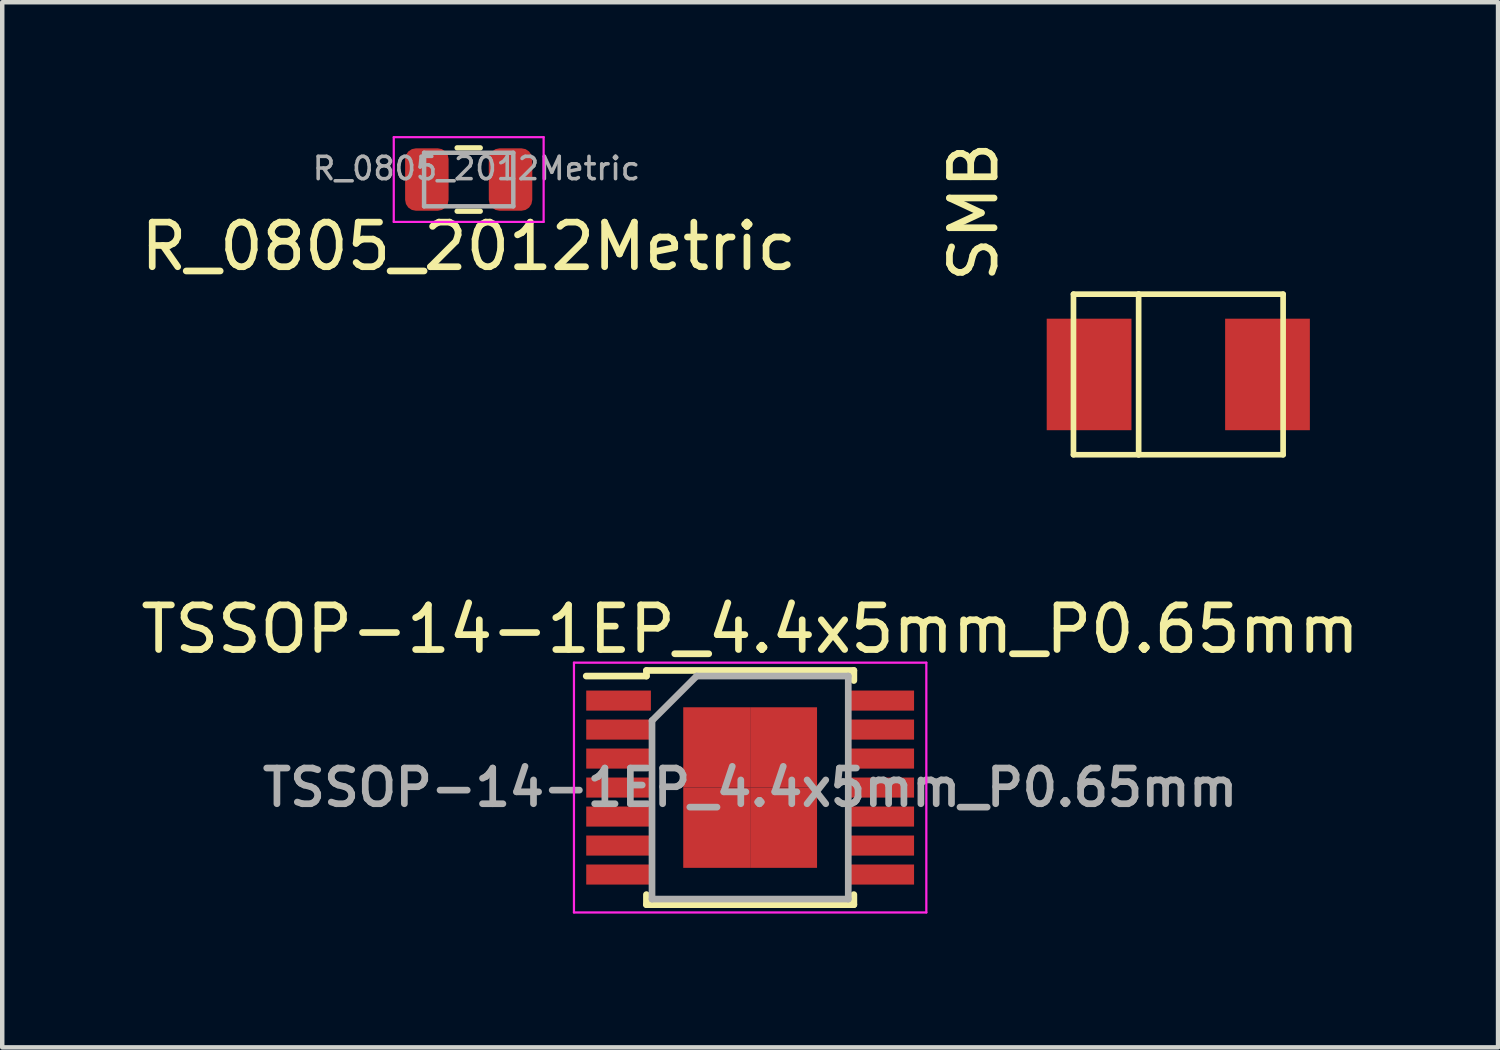
<source format=kicad_pcb>
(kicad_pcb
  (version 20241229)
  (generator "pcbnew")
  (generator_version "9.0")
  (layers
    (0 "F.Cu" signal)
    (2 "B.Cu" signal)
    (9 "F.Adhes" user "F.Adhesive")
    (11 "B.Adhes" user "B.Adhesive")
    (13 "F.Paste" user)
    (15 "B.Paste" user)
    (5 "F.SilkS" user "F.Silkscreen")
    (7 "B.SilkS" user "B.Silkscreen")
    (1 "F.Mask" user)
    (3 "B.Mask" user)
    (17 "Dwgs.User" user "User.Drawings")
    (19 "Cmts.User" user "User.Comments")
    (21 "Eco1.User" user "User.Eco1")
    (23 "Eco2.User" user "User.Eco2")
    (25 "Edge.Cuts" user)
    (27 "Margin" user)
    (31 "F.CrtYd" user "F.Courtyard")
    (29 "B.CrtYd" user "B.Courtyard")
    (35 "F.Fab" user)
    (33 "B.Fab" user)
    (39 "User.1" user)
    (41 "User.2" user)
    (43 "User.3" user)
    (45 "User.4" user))
  (footprint "TSSOP-14-1EP_4.4x5mm_P0.65mm"
    (layer "F.Cu")
    (at 13.768 14.607)
    (property "Reference" "TSSOP-14-1EP_4.4x5mm_P0.65mm" (at 0 -3.55 0) (layer "F.SilkS") (effects (font (size 1 1) (thickness 0.15))))
    (attr smd)
    (fp_line (start -2.325 -2.625) (end -2.325 -2.5) (stroke (width 0.15) (type solid)) (layer "F.SilkS"))
    (fp_line (start -2.325 -2.625) (end 2.325 -2.625) (stroke (width 0.15) (type solid)) (layer "F.SilkS"))
    (fp_line (start -2.325 -2.5) (end -3.675 -2.5) (stroke (width 0.15) (type solid)) (layer "F.SilkS"))
    (fp_line (start -2.325 2.625) (end -2.325 2.4) (stroke (width 0.15) (type solid)) (layer "F.SilkS"))
    (fp_line (start -2.325 2.625) (end 2.325 2.625) (stroke (width 0.15) (type solid)) (layer "F.SilkS"))
    (fp_line (start 2.325 -2.625) (end 2.325 -2.4) (stroke (width 0.15) (type solid)) (layer "F.SilkS"))
    (fp_line (start 2.325 2.625) (end 2.325 2.4) (stroke (width 0.15) (type solid)) (layer "F.SilkS"))
    (fp_line (start -3.95 -2.8) (end -3.95 2.8) (stroke (width 0.05) (type solid)) (layer "F.CrtYd"))
    (fp_line (start -3.95 -2.8) (end 3.95 -2.8) (stroke (width 0.05) (type solid)) (layer "F.CrtYd"))
    (fp_line (start -3.95 2.8) (end 3.95 2.8) (stroke (width 0.05) (type solid)) (layer "F.CrtYd"))
    (fp_line (start 3.95 -2.8) (end 3.95 2.8) (stroke (width 0.05) (type solid)) (layer "F.CrtYd"))
    (fp_line (start -2.2 -1.5) (end -1.2 -2.5) (stroke (width 0.15) (type solid)) (layer "F.Fab"))
    (fp_line (start -2.2 2.5) (end -2.2 -1.5) (stroke (width 0.15) (type solid)) (layer "F.Fab"))
    (fp_line (start -1.2 -2.5) (end 2.2 -2.5) (stroke (width 0.15) (type solid)) (layer "F.Fab"))
    (fp_line (start 2.2 -2.5) (end 2.2 2.5) (stroke (width 0.15) (type solid)) (layer "F.Fab"))
    (fp_line (start 2.2 2.5) (end -2.2 2.5) (stroke (width 0.15) (type solid)) (layer "F.Fab"))
    (fp_text user "${REFERENCE}" (at 0 0 0) (layer "F.Fab") (effects (font (size 0.8 0.8) (thickness 0.15))))
    (pad "1" smd rect (at -2.95 -1.95) (size 1.45 0.45) (layers "F.Cu" "F.Mask" "F.Paste"))
    (pad "2" smd rect (at -2.95 -1.3) (size 1.45 0.45) (layers "F.Cu" "F.Mask" "F.Paste"))
    (pad "3" smd rect (at -2.95 -0.65) (size 1.45 0.45) (layers "F.Cu" "F.Mask" "F.Paste"))
    (pad "4" smd rect (at -2.95 0) (size 1.45 0.45) (layers "F.Cu" "F.Mask" "F.Paste"))
    (pad "5" smd rect (at -2.95 0.65) (size 1.45 0.45) (layers "F.Cu" "F.Mask" "F.Paste"))
    (pad "6" smd rect (at -2.95 1.3) (size 1.45 0.45) (layers "F.Cu" "F.Mask" "F.Paste"))
    (pad "7" smd rect (at -2.95 1.95) (size 1.45 0.45) (layers "F.Cu" "F.Mask" "F.Paste"))
    (pad "8" smd rect (at 2.95 1.95) (size 1.45 0.45) (layers "F.Cu" "F.Mask" "F.Paste"))
    (pad "9" smd rect (at 2.95 1.3) (size 1.45 0.45) (layers "F.Cu" "F.Mask" "F.Paste"))
    (pad "10" smd rect (at 2.95 0.65) (size 1.45 0.45) (layers "F.Cu" "F.Mask" "F.Paste"))
    (pad "11" smd rect (at 2.95 0) (size 1.45 0.45) (layers "F.Cu" "F.Mask" "F.Paste"))
    (pad "12" smd rect (at 2.95 -0.65) (size 1.45 0.45) (layers "F.Cu" "F.Mask" "F.Paste"))
    (pad "13" smd rect (at 2.95 -1.3) (size 1.45 0.45) (layers "F.Cu" "F.Mask" "F.Paste"))
    (pad "14" smd rect (at 2.95 -1.95) (size 1.45 0.45) (layers "F.Cu" "F.Mask" "F.Paste"))
    (pad "15" smd rect (at -0.75 -0.9) (size 1.5 1.8) (layers "F.Cu" "F.Mask" "F.Paste"))
    (pad "15" smd rect (at -0.75 0.9) (size 1.5 1.8) (layers "F.Cu" "F.Mask" "F.Paste"))
    (pad "15" smd rect (at 0.75 -0.9) (size 1.5 1.8) (layers "F.Cu" "F.Mask" "F.Paste"))
    (pad "15" smd rect (at 0.75 0.9) (size 1.5 1.8) (layers "F.Cu" "F.Mask" "F.Paste")))
  (footprint "SMB"
    (layer "F.Cu")
    (at 23.367 5.345)
    (property "Reference" "SMB" (at -4 -2 270) (layer "F.SilkS") (effects (font (size 1 1) (thickness 0.15)) (justify left bottom)))
    (attr through_hole)
    (fp_line (start -2.35 -1.8) (end -2.35 1.8) (stroke (width 0.127) (type solid)) (layer "F.SilkS"))
    (fp_line (start -2.35 -1.8) (end -0.889 -1.8) (stroke (width 0.127) (type solid)) (layer "F.SilkS"))
    (fp_line (start -2.35 1.8) (end -0.889 1.8) (stroke (width 0.127) (type solid)) (layer "F.SilkS"))
    (fp_line (start -0.889 -1.8) (end 2.35 -1.8) (stroke (width 0.127) (type solid)) (layer "F.SilkS"))
    (fp_line (start -0.889 1.8) (end -0.889 -1.8) (stroke (width 0.127) (type solid)) (layer "F.SilkS"))
    (fp_line (start -0.889 1.8) (end 2.35 1.8) (stroke (width 0.127) (type solid)) (layer "F.SilkS"))
    (fp_line (start 2.35 -1.8) (end 2.35 1.8) (stroke (width 0.127) (type solid)) (layer "F.SilkS"))
    (pad "A" smd rect (at 2 0) (size 1.9 2.5) (layers "F.Cu" "F.Mask" "F.Paste"))
    (pad "C" smd rect (at -2 0) (size 1.9 2.5) (layers "F.Cu" "F.Mask" "F.Paste")))
  (footprint "R_0805_2012Metric"
    (layer "F.Cu")
    (at 7.458 0.975)
    (property "Reference" "R_0805_2012Metric" (at 0 1.5 180) (layer "F.SilkS") (effects (font (size 1 1) (thickness 0.15))))
    (attr smd)
    (fp_line (start -0.259 -0.71) (end 0.259 -0.71) (stroke (width 0.12) (type solid)) (layer "F.SilkS"))
    (fp_line (start -0.259 0.71) (end 0.259 0.71) (stroke (width 0.12) (type solid)) (layer "F.SilkS"))
    (fp_line (start -1.68 -0.95) (end 1.68 -0.95) (stroke (width 0.05) (type solid)) (layer "F.CrtYd"))
    (fp_line (start -1.68 0.95) (end -1.68 -0.95) (stroke (width 0.05) (type solid)) (layer "F.CrtYd"))
    (fp_line (start 1.68 -0.95) (end 1.68 0.95) (stroke (width 0.05) (type solid)) (layer "F.CrtYd"))
    (fp_line (start 1.68 0.95) (end -1.68 0.95) (stroke (width 0.05) (type solid)) (layer "F.CrtYd"))
    (fp_line (start -1 -0.6) (end 1 -0.6) (stroke (width 0.1) (type solid)) (layer "F.Fab"))
    (fp_line (start -1 0.6) (end -1 -0.6) (stroke (width 0.1) (type solid)) (layer "F.Fab"))
    (fp_line (start 1 -0.6) (end 1 0.6) (stroke (width 0.1) (type solid)) (layer "F.Fab"))
    (fp_line (start 1 0.6) (end -1 0.6) (stroke (width 0.1) (type solid)) (layer "F.Fab"))
    (fp_text user "${REFERENCE}" (at 0.173 -0.247 0) (layer "F.Fab") (effects (font (size 0.5 0.5) (thickness 0.08))))
    (pad "1" smd roundrect (at -0.938 0) (size 0.975 1.4) (layers "F.Cu" "F.Mask" "F.Paste") (roundrect_rratio 0.25))
    (pad "2" smd roundrect (at 0.938 0) (size 0.975 1.4) (layers "F.Cu" "F.Mask" "F.Paste") (roundrect_rratio 0.25)))
  (gr_rect
    (start -3 -3)
    (end 30.536 20.432)
    (stroke (width 0.1) (type default))
    (fill no)
    (layer "Edge.Cuts")))
</source>
